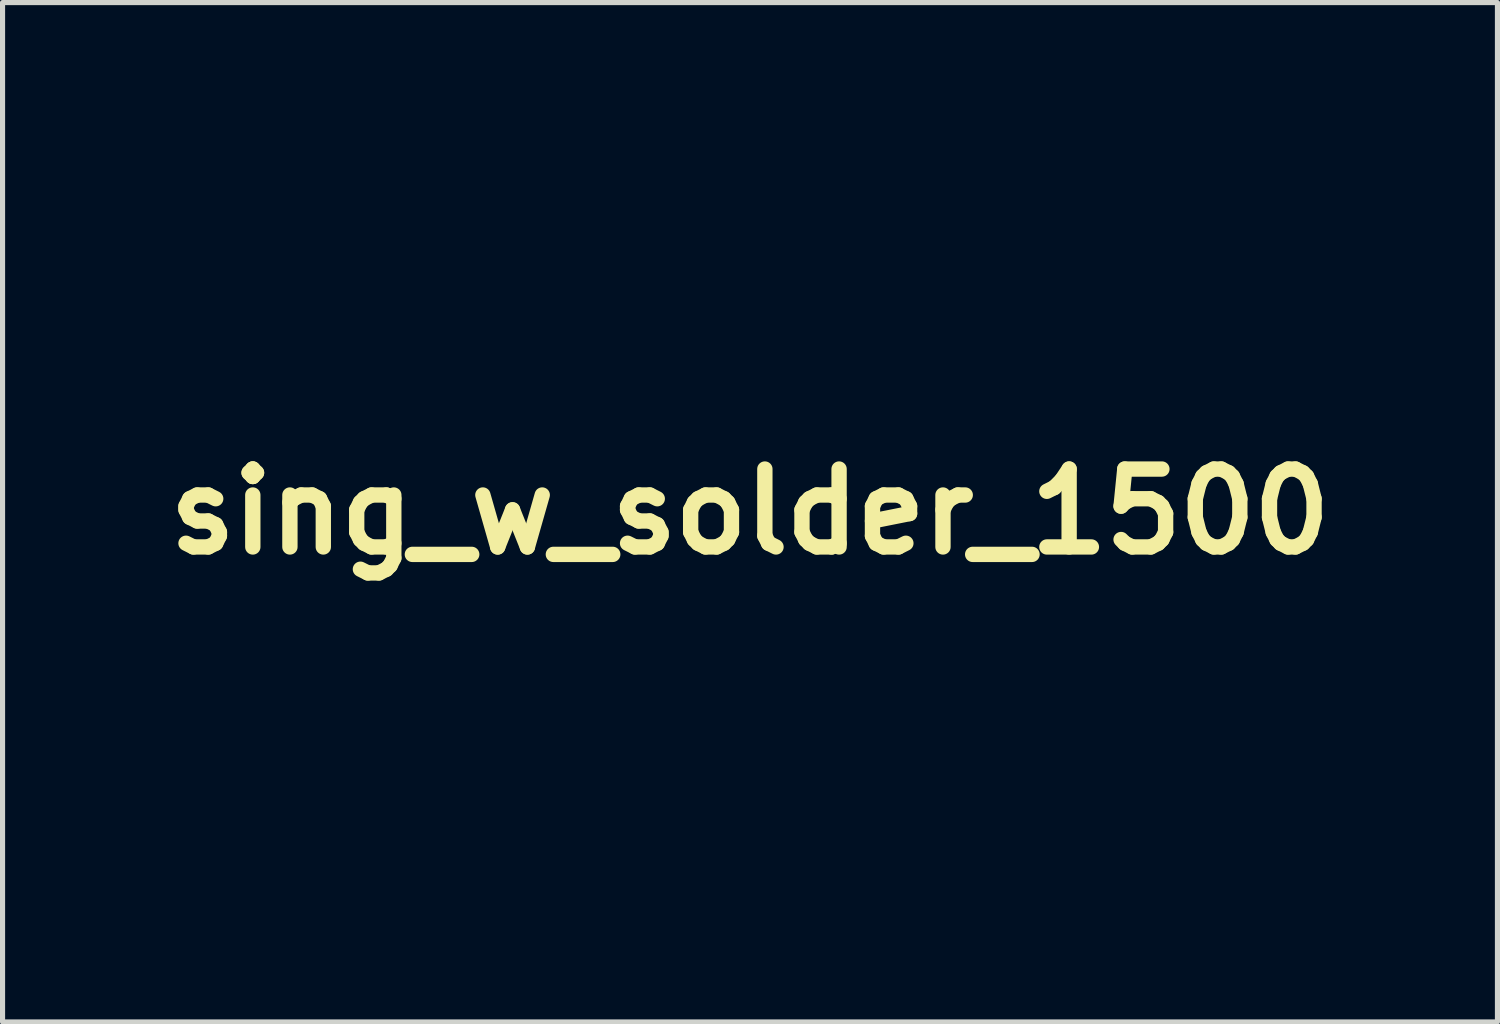
<source format=kicad_pcb>
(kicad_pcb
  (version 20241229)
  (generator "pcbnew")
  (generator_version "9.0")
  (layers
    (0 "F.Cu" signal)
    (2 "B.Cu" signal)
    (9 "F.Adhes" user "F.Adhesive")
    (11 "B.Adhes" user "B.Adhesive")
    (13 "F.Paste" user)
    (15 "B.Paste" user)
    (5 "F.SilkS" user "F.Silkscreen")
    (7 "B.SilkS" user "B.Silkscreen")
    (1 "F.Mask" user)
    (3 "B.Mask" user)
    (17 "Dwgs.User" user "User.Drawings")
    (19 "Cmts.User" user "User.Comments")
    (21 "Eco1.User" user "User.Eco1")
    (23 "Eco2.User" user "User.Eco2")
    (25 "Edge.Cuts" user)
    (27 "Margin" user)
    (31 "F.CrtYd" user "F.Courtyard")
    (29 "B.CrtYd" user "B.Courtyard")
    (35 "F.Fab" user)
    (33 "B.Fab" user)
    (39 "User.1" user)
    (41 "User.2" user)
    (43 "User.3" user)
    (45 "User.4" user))
  (footprint "sing_w_solder_1500"
    (layer "F.Cu")
    (at 11.619 6.958)
    (property "Reference" "sing_w_solder_1500" (at 0 0 0) (layer "F.SilkS") (effects (font (size 1.524 1.524) (thickness 0.3))))
    (attr through_hole)
    (fp_poly (pts (xy 2.799 -6.952) (xy 2.904 -6.92) (xy 2.998 -6.858) (xy 3.075 -6.771) (xy 3.132 -6.662) (xy 3.145 -6.624) (xy 3.156 -6.573) (xy 3.165 -6.499) (xy 3.171 -6.401) (xy 3.174 -6.276) (xy 3.176 -6.123) (xy 3.174 -5.941) (xy 3.171 -5.728) (xy 3.166 -5.537) (xy 3.164 -5.417) (xy 3.164 -5.32) (xy 3.167 -5.248) (xy 3.172 -5.205) (xy 3.175 -5.196) (xy 3.187 -5.18) (xy 3.205 -5.176) (xy 3.239 -5.184) (xy 3.279 -5.198) (xy 3.362 -5.234) (xy 3.471 -5.292) (xy 3.603 -5.371) (xy 3.758 -5.47) (xy 3.935 -5.589) (xy 4.132 -5.728) (xy 4.35 -5.885) (xy 4.476 -5.978) (xy 4.59 -6.062) (xy 4.711 -6.152) (xy 4.832 -6.242) (xy 4.945 -6.325) (xy 5.042 -6.397) (xy 5.078 -6.423) (xy 5.209 -6.52) (xy 5.319 -6.596) (xy 5.409 -6.655) (xy 5.483 -6.698) (xy 5.545 -6.728) (xy 5.597 -6.745) (xy 5.639 -6.753) (xy 5.692 -6.755) (xy 5.727 -6.747) (xy 5.761 -6.721) (xy 5.782 -6.701) (xy 5.807 -6.674) (xy 5.826 -6.647) (xy 5.839 -6.618) (xy 5.844 -6.584) (xy 5.841 -6.542) (xy 5.828 -6.492) (xy 5.806 -6.429) (xy 5.772 -6.353) (xy 5.727 -6.261) (xy 5.669 -6.151) (xy 5.597 -6.02) (xy 5.511 -5.867) (xy 5.409 -5.688) (xy 5.308 -5.511) (xy 5.159 -5.25) (xy 5.028 -5.016) (xy 4.915 -4.808) (xy 4.819 -4.626) (xy 4.739 -4.468) (xy 4.675 -4.334) (xy 4.627 -4.222) (xy 4.595 -4.132) (xy 4.576 -4.062) (xy 4.572 -4.021) (xy 4.573 -4.001) (xy 4.582 -3.988) (xy 4.605 -3.982) (xy 4.649 -3.98) (xy 4.714 -3.979) (xy 4.772 -3.982) (xy 4.856 -3.989) (xy 4.961 -4) (xy 5.078 -4.014) (xy 5.201 -4.03) (xy 5.269 -4.04) (xy 5.484 -4.07) (xy 5.669 -4.09) (xy 5.827 -4.1) (xy 5.96 -4.101) (xy 6.071 -4.093) (xy 6.162 -4.074) (xy 6.236 -4.046) (xy 6.295 -4.007) (xy 6.321 -3.984) (xy 6.372 -3.917) (xy 6.406 -3.844) (xy 6.419 -3.763) (xy 6.413 -3.672) (xy 6.386 -3.568) (xy 6.337 -3.45) (xy 6.267 -3.316) (xy 6.174 -3.165) (xy 6.057 -2.994) (xy 5.925 -2.811) (xy 5.817 -2.665) (xy 5.73 -2.542) (xy 5.662 -2.44) (xy 5.612 -2.357) (xy 5.577 -2.291) (xy 5.557 -2.238) (xy 5.554 -2.226) (xy 5.55 -2.197) (xy 5.553 -2.161) (xy 5.563 -2.113) (xy 5.581 -2.047) (xy 5.61 -1.958) (xy 5.624 -1.917) (xy 5.751 -1.486) (xy 5.845 -1.051) (xy 5.907 -0.613) (xy 5.935 -0.174) (xy 5.932 0.264) (xy 5.896 0.7) (xy 5.828 1.132) (xy 5.728 1.558) (xy 5.597 1.977) (xy 5.434 2.387) (xy 5.24 2.786) (xy 5.086 3.057) (xy 4.842 3.43) (xy 4.572 3.781) (xy 4.278 4.11) (xy 3.961 4.415) (xy 3.623 4.695) (xy 3.265 4.949) (xy 2.889 5.176) (xy 2.496 5.376) (xy 2.087 5.546) (xy 1.663 5.687) (xy 1.499 5.732) (xy 1.23 5.797) (xy 0.974 5.846) (xy 0.721 5.881) (xy 0.462 5.904) (xy 0.185 5.915) (xy 0.025 5.916) (xy -0.164 5.915) (xy -0.329 5.91) (xy -0.48 5.902) (xy -0.626 5.888) (xy -0.777 5.869) (xy -0.943 5.844) (xy -0.959 5.841) (xy -1.046 5.827) (xy -1.108 5.819) (xy -1.151 5.816) (xy -1.184 5.819) (xy -1.214 5.827) (xy -1.238 5.836) (xy -1.353 5.892) (xy -1.475 5.976) (xy -1.606 6.089) (xy -1.718 6.2) (xy -1.864 6.35) (xy -1.99 6.478) (xy -2.097 6.585) (xy -2.19 6.674) (xy -2.269 6.746) (xy -2.337 6.803) (xy -2.398 6.849) (xy -2.453 6.884) (xy -2.505 6.911) (xy -2.556 6.932) (xy -2.595 6.945) (xy -2.678 6.967) (xy -2.743 6.974) (xy -2.804 6.966) (xy -2.849 6.952) (xy -2.954 6.899) (xy -3.038 6.819) (xy -3.101 6.714) (xy -3.129 6.639) (xy -3.14 6.588) (xy -3.148 6.512) (xy -3.154 6.411) (xy -3.158 6.282) (xy -3.158 6.198) (xy -2.819 6.198) (xy -2.819 6.314) (xy -2.817 6.401) (xy -2.814 6.466) (xy -2.808 6.513) (xy -2.8 6.548) (xy -2.79 6.576) (xy -2.769 6.617) (xy -2.749 6.633) (xy -2.72 6.632) (xy -2.714 6.63) (xy -2.671 6.614) (xy -2.618 6.586) (xy -2.599 6.575) (xy -2.54 6.533) (xy -2.477 6.482) (xy -2.406 6.419) (xy -2.326 6.34) (xy -2.231 6.243) (xy -2.118 6.123) (xy -2.104 6.108) (xy -2.024 6.022) (xy -1.945 5.94) (xy -1.872 5.866) (xy -1.81 5.806) (xy -1.766 5.764) (xy -1.759 5.758) (xy -1.663 5.678) (xy -1.81 5.633) (xy -1.922 5.595) (xy -2.054 5.546) (xy -2.198 5.489) (xy -2.342 5.429) (xy -2.478 5.37) (xy -2.596 5.314) (xy -2.62 5.303) (xy -2.689 5.268) (xy -2.746 5.24) (xy -2.784 5.222) (xy -2.798 5.215) (xy -2.8 5.232) (xy -2.802 5.277) (xy -2.805 5.347) (xy -2.808 5.437) (xy -2.81 5.542) (xy -2.813 5.658) (xy -2.815 5.781) (xy -2.817 5.904) (xy -2.818 6.025) (xy -2.819 6.137) (xy -2.819 6.198) (xy -3.158 6.198) (xy -3.159 6.125) (xy -3.157 5.938) (xy -3.153 5.72) (xy -3.149 5.554) (xy -3.147 5.434) (xy -3.147 5.337) (xy -3.15 5.265) (xy -3.155 5.222) (xy -3.158 5.213) (xy -3.17 5.197) (xy -3.189 5.193) (xy -3.222 5.201) (xy -3.262 5.215) (xy -3.345 5.251) (xy -3.454 5.309) (xy -3.586 5.387) (xy -3.741 5.487) (xy -3.918 5.606) (xy -4.115 5.745) (xy -4.333 5.902) (xy -4.459 5.995) (xy -4.573 6.079) (xy -4.694 6.169) (xy -4.815 6.259) (xy -4.928 6.342) (xy -5.025 6.414) (xy -5.061 6.44) (xy -5.193 6.537) (xy -5.302 6.613) (xy -5.392 6.672) (xy -5.466 6.715) (xy -5.528 6.745) (xy -5.58 6.762) (xy -5.623 6.77) (xy -5.675 6.772) (xy -5.71 6.764) (xy -5.744 6.738) (xy -5.765 6.718) (xy -5.79 6.691) (xy -5.809 6.664) (xy -5.822 6.635) (xy -5.827 6.601) (xy -5.824 6.559) (xy -5.811 6.509) (xy -5.789 6.446) (xy -5.755 6.37) (xy -5.71 6.278) (xy -5.652 6.168) (xy -5.644 6.153) (xy -5.259 6.153) (xy -5.251 6.152) (xy -5.233 6.142) (xy -5.2 6.12) (xy -5.152 6.085) (xy -5.084 6.036) (xy -4.995 5.97) (xy -4.882 5.886) (xy -4.834 5.851) (xy -4.612 5.686) (xy -4.414 5.542) (xy -4.238 5.416) (xy -4.082 5.307) (xy -3.945 5.213) (xy -3.823 5.134) (xy -3.715 5.068) (xy -3.619 5.013) (xy -3.533 4.968) (xy -3.498 4.952) (xy -3.435 4.922) (xy -3.387 4.897) (xy -3.358 4.881) (xy -3.354 4.877) (xy -3.366 4.864) (xy -3.4 4.837) (xy -3.447 4.802) (xy -3.449 4.801) (xy -3.544 4.73) (xy -3.655 4.643) (xy -3.774 4.546) (xy -3.891 4.446) (xy -3.999 4.351) (xy -4.063 4.291) (xy -4.121 4.236) (xy -4.171 4.191) (xy -4.206 4.161) (xy -4.222 4.15) (xy -4.222 4.151) (xy -4.23 4.169) (xy -4.244 4.211) (xy -4.263 4.268) (xy -4.265 4.276) (xy -4.29 4.344) (xy -4.329 4.435) (xy -4.378 4.544) (xy -4.435 4.665) (xy -4.497 4.792) (xy -4.561 4.919) (xy -4.624 5.039) (xy -4.66 5.105) (xy -4.696 5.169) (xy -4.744 5.254) (xy -4.8 5.353) (xy -4.863 5.462) (xy -4.928 5.577) (xy -4.994 5.692) (xy -5.058 5.804) (xy -5.117 5.905) (xy -5.168 5.993) (xy -5.208 6.062) (xy -5.235 6.107) (xy -5.237 6.112) (xy -5.249 6.131) (xy -5.257 6.145) (xy -5.259 6.153) (xy -5.644 6.153) (xy -5.58 6.037) (xy -5.494 5.883) (xy -5.392 5.705) (xy -5.291 5.528) (xy -5.142 5.267) (xy -5.011 5.033) (xy -4.898 4.825) (xy -4.802 4.643) (xy -4.722 4.485) (xy -4.658 4.351) (xy -4.61 4.239) (xy -4.578 4.149) (xy -4.559 4.079) (xy -4.555 4.038) (xy -4.557 4.018) (xy -4.565 4.005) (xy -4.588 3.999) (xy -4.632 3.997) (xy -4.697 3.996) (xy -4.755 3.999) (xy -4.84 4.006) (xy -4.944 4.017) (xy -5.061 4.031) (xy -5.184 4.047) (xy -5.252 4.057) (xy -5.467 4.086) (xy -5.653 4.107) (xy -5.81 4.117) (xy -5.943 4.118) (xy -6.054 4.11) (xy -6.145 4.091) (xy -6.219 4.063) (xy -6.278 4.024) (xy -6.304 4) (xy -6.356 3.934) (xy -6.389 3.861) (xy -6.402 3.78) (xy -6.397 3.711) (xy -6.051 3.711) (xy -6.049 3.751) (xy -6.03 3.77) (xy -6.003 3.779) (xy -5.957 3.784) (xy -5.885 3.784) (xy -5.796 3.781) (xy -5.697 3.774) (xy -5.597 3.764) (xy -5.554 3.758) (xy -5.499 3.751) (xy -5.42 3.739) (xy -5.324 3.725) (xy -5.22 3.71) (xy -5.156 3.7) (xy -5.052 3.686) (xy -4.951 3.673) (xy -4.862 3.664) (xy -4.792 3.659) (xy -4.763 3.658) (xy -4.708 3.656) (xy -4.669 3.653) (xy -4.657 3.648) (xy -4.666 3.632) (xy -4.692 3.593) (xy -4.731 3.538) (xy -4.779 3.47) (xy -4.799 3.441) (xy -4.896 3.301) (xy -4.997 3.145) (xy -5.095 2.985) (xy -5.183 2.831) (xy -5.234 2.735) (xy -5.271 2.672) (xy -5.3 2.636) (xy -5.317 2.629) (xy -5.336 2.644) (xy -5.373 2.686) (xy -5.426 2.751) (xy -5.494 2.837) (xy -5.574 2.944) (xy -5.665 3.067) (xy -5.766 3.207) (xy -5.773 3.217) (xy -5.854 3.334) (xy -5.924 3.444) (xy -5.981 3.541) (xy -6.023 3.623) (xy -6.046 3.685) (xy -6.051 3.711) (xy -6.397 3.711) (xy -6.396 3.688) (xy -6.369 3.585) (xy -6.32 3.467) (xy -6.25 3.333) (xy -6.157 3.182) (xy -6.041 3.011) (xy -5.908 2.828) (xy -5.806 2.689) (xy -5.723 2.573) (xy -5.658 2.476) (xy -5.608 2.396) (xy -5.572 2.329) (xy -5.547 2.271) (xy -5.532 2.219) (xy -5.531 2.216) (xy -5.524 2.18) (xy -5.521 2.148) (xy -5.524 2.114) (xy -5.534 2.07) (xy -5.552 2.01) (xy -5.58 1.927) (xy -5.592 1.89) (xy -5.718 1.469) (xy -5.812 1.04) (xy -5.873 0.608) (xy -5.902 0.173) (xy -5.899 -0.263) (xy -5.889 -0.38) (xy -5.041 -0.38) (xy -5.041 -0.191) (xy -5.025 -0.025) (xy -5.013 0.034) (xy -4.939 0.294) (xy -4.834 0.539) (xy -4.701 0.768) (xy -4.539 0.98) (xy -4.35 1.175) (xy -4.133 1.351) (xy -3.892 1.509) (xy -3.625 1.646) (xy -3.333 1.762) (xy -3.268 1.785) (xy -3.075 1.843) (xy -2.881 1.894) (xy -2.678 1.937) (xy -2.462 1.974) (xy -2.225 2.005) (xy -1.964 2.032) (xy -1.837 2.043) (xy -1.713 2.052) (xy -1.562 2.059) (xy -1.389 2.065) (xy -1.199 2.07) (xy -0.996 2.073) (xy -0.785 2.075) (xy -0.57 2.076) (xy -0.356 2.076) (xy -0.148 2.074) (xy 0.051 2.071) (xy 0.235 2.067) (xy 0.4 2.061) (xy 0.541 2.054) (xy 0.654 2.046) (xy 0.677 2.044) (xy 1.057 1.999) (xy 1.403 1.946) (xy 1.717 1.884) (xy 1.999 1.814) (xy 2.248 1.735) (xy 2.465 1.647) (xy 2.525 1.618) (xy 2.678 1.542) (xy 2.598 1.69) (xy 2.429 1.975) (xy 2.233 2.256) (xy 2.019 2.521) (xy 1.814 2.741) (xy 1.578 2.962) (xy 1.338 3.154) (xy 1.087 3.323) (xy 0.818 3.474) (xy 0.737 3.514) (xy 0.474 3.632) (xy 0.216 3.725) (xy -0.048 3.798) (xy -0.333 3.855) (xy -0.341 3.856) (xy -0.437 3.868) (xy -0.559 3.877) (xy -0.701 3.883) (xy -0.856 3.887) (xy -1.017 3.887) (xy -1.176 3.886) (xy -1.327 3.881) (xy -1.463 3.874) (xy -1.577 3.864) (xy -1.634 3.856) (xy -2.049 3.772) (xy -2.455 3.656) (xy -2.851 3.51) (xy -3.233 3.333) (xy -3.599 3.128) (xy -3.948 2.895) (xy -4.163 2.73) (xy -4.227 2.678) (xy -4.273 2.642) (xy -4.302 2.624) (xy -4.312 2.625) (xy -4.305 2.647) (xy -4.278 2.69) (xy -4.233 2.758) (xy -4.169 2.851) (xy -4.137 2.897) (xy -3.993 3.09) (xy -3.827 3.29) (xy -3.646 3.49) (xy -3.457 3.68) (xy -3.269 3.852) (xy -3.15 3.951) (xy -2.968 4.087) (xy -2.763 4.224) (xy -2.544 4.358) (xy -2.319 4.483) (xy -2.096 4.595) (xy -1.883 4.69) (xy -1.77 4.734) (xy -1.375 4.862) (xy -0.969 4.96) (xy -0.558 5.026) (xy -0.288 5.053) (xy -0.205 5.056) (xy -0.096 5.057) (xy 0.03 5.055) (xy 0.165 5.051) (xy 0.301 5.046) (xy 0.43 5.039) (xy 0.544 5.03) (xy 0.634 5.021) (xy 0.635 5.021) (xy 0.984 4.965) (xy 1.315 4.89) (xy 1.636 4.792) (xy 1.955 4.67) (xy 2.278 4.522) (xy 2.524 4.391) (xy 2.77 4.244) (xy 3.003 4.087) (xy 3.183 3.952) (xy 3.257 3.89) (xy 3.348 3.807) (xy 3.451 3.711) (xy 3.559 3.605) (xy 3.668 3.496) (xy 3.772 3.388) (xy 3.865 3.289) (xy 3.943 3.202) (xy 3.986 3.15) (xy 4.131 2.954) (xy 4.276 2.736) (xy 4.415 2.504) (xy 4.544 2.266) (xy 4.659 2.031) (xy 4.753 1.808) (xy 4.774 1.753) (xy 4.857 1.507) (xy 4.928 1.26) (xy 4.986 1.016) (xy 5.03 0.78) (xy 5.06 0.555) (xy 5.075 0.346) (xy 5.075 0.157) (xy 5.058 -0.009) (xy 5.047 -0.068) (xy 4.973 -0.328) (xy 4.868 -0.573) (xy 4.735 -0.802) (xy 4.573 -1.014) (xy 4.383 -1.209) (xy 4.167 -1.385) (xy 3.925 -1.543) (xy 3.658 -1.68) (xy 3.367 -1.796) (xy 3.301 -1.818) (xy 3.109 -1.877) (xy 2.915 -1.928) (xy 2.712 -1.971) (xy 2.496 -2.007) (xy 2.259 -2.039) (xy 1.998 -2.066) (xy 1.871 -2.077) (xy 1.746 -2.086) (xy 1.595 -2.093) (xy 1.423 -2.099) (xy 1.233 -2.104) (xy 1.03 -2.107) (xy 0.819 -2.109) (xy 0.604 -2.11) (xy 0.39 -2.11) (xy 0.182 -2.108) (xy -0.017 -2.105) (xy -0.201 -2.101) (xy -0.366 -2.095) (xy -0.507 -2.088) (xy -0.62 -2.08) (xy -0.643 -2.078) (xy -1.023 -2.033) (xy -1.369 -1.98) (xy -1.683 -1.918) (xy -1.965 -1.848) (xy -2.214 -1.768) (xy -2.431 -1.681) (xy -2.491 -1.652) (xy -2.644 -1.576) (xy -2.564 -1.723) (xy -2.395 -2.009) (xy -2.199 -2.29) (xy -1.985 -2.555) (xy -1.78 -2.775) (xy -1.544 -2.996) (xy -1.304 -3.188) (xy -1.053 -3.356) (xy -0.784 -3.508) (xy -0.703 -3.548) (xy -0.44 -3.666) (xy -0.183 -3.759) (xy 0.082 -3.832) (xy 0.366 -3.888) (xy 0.375 -3.89) (xy 0.47 -3.902) (xy 0.593 -3.911) (xy 0.735 -3.917) (xy 0.89 -3.92) (xy 1.05 -3.921) (xy 1.21 -3.919) (xy 1.361 -3.915) (xy 1.497 -3.908) (xy 1.611 -3.898) (xy 1.668 -3.89) (xy 2.083 -3.806) (xy 2.489 -3.69) (xy 2.885 -3.544) (xy 3.266 -3.367) (xy 3.633 -3.162) (xy 3.981 -2.929) (xy 4.197 -2.764) (xy 4.261 -2.712) (xy 4.307 -2.676) (xy 4.336 -2.658) (xy 4.346 -2.659) (xy 4.339 -2.68) (xy 4.312 -2.724) (xy 4.267 -2.792) (xy 4.203 -2.885) (xy 4.171 -2.931) (xy 4.027 -3.124) (xy 3.861 -3.324) (xy 3.68 -3.523) (xy 3.572 -3.632) (xy 4.708 -3.632) (xy 4.836 -3.454) (xy 4.921 -3.332) (xy 5.014 -3.189) (xy 5.107 -3.038) (xy 5.194 -2.888) (xy 5.269 -2.752) (xy 5.278 -2.734) (xy 5.342 -2.609) (xy 5.378 -2.646) (xy 5.398 -2.671) (xy 5.435 -2.718) (xy 5.485 -2.783) (xy 5.544 -2.862) (xy 5.609 -2.95) (xy 5.631 -2.98) (xy 5.761 -3.16) (xy 5.869 -3.317) (xy 5.955 -3.45) (xy 6.018 -3.558) (xy 6.058 -3.643) (xy 6.075 -3.703) (xy 6.073 -3.732) (xy 6.05 -3.753) (xy 5.996 -3.765) (xy 5.914 -3.769) (xy 5.8 -3.764) (xy 5.656 -3.75) (xy 5.48 -3.728) (xy 5.275 -3.698) (xy 5.168 -3.682) (xy 5.06 -3.667) (xy 4.96 -3.655) (xy 4.88 -3.646) (xy 4.856 -3.644) (xy 4.708 -3.632) (xy 3.572 -3.632) (xy 3.491 -3.713) (xy 3.303 -3.886) (xy 3.183 -3.985) (xy 2.894 -4.197) (xy 2.581 -4.393) (xy 2.249 -4.57) (xy 1.906 -4.724) (xy 1.559 -4.851) (xy 1.481 -4.875) (xy 3.421 -4.875) (xy 3.433 -4.861) (xy 3.468 -4.832) (xy 3.519 -4.791) (xy 3.569 -4.754) (xy 3.653 -4.689) (xy 3.749 -4.611) (xy 3.851 -4.527) (xy 3.951 -4.441) (xy 4.043 -4.359) (xy 4.12 -4.288) (xy 4.165 -4.244) (xy 4.204 -4.205) (xy 4.234 -4.18) (xy 4.248 -4.174) (xy 4.257 -4.193) (xy 4.272 -4.235) (xy 4.288 -4.28) (xy 4.311 -4.34) (xy 4.347 -4.423) (xy 4.393 -4.525) (xy 4.447 -4.638) (xy 4.505 -4.757) (xy 4.565 -4.876) (xy 4.623 -4.988) (xy 4.677 -5.088) (xy 4.713 -5.153) (xy 4.761 -5.237) (xy 4.817 -5.336) (xy 4.88 -5.445) (xy 4.945 -5.56) (xy 5.011 -5.676) (xy 5.075 -5.787) (xy 5.134 -5.888) (xy 5.185 -5.976) (xy 5.225 -6.045) (xy 5.252 -6.09) (xy 5.254 -6.095) (xy 5.266 -6.114) (xy 5.274 -6.128) (xy 5.276 -6.136) (xy 5.268 -6.135) (xy 5.25 -6.125) (xy 5.217 -6.103) (xy 5.168 -6.068) (xy 5.101 -6.019) (xy 5.012 -5.953) (xy 4.899 -5.869) (xy 4.851 -5.834) (xy 4.629 -5.669) (xy 4.431 -5.525) (xy 4.254 -5.398) (xy 4.099 -5.289) (xy 3.961 -5.196) (xy 3.839 -5.116) (xy 3.731 -5.05) (xy 3.635 -4.995) (xy 3.551 -4.951) (xy 3.492 -4.92) (xy 3.447 -4.895) (xy 3.423 -4.878) (xy 3.421 -4.875) (xy 1.481 -4.875) (xy 1.441 -4.887) (xy 1.171 -4.96) (xy 0.909 -5.015) (xy 0.647 -5.053) (xy 0.374 -5.076) (xy 0.082 -5.086) (xy 0.017 -5.086) (xy -0.281 -5.079) (xy -0.557 -5.059) (xy -0.821 -5.024) (xy -1.082 -4.973) (xy -1.35 -4.904) (xy -1.408 -4.887) (xy -1.763 -4.767) (xy -2.115 -4.618) (xy -2.458 -4.444) (xy -2.785 -4.247) (xy -3.09 -4.033) (xy -3.15 -3.986) (xy -3.224 -3.924) (xy -3.315 -3.841) (xy -3.417 -3.745) (xy -3.525 -3.639) (xy -3.634 -3.53) (xy -3.738 -3.422) (xy -3.831 -3.322) (xy -3.909 -3.236) (xy -3.952 -3.183) (xy -4.097 -2.988) (xy -4.242 -2.77) (xy -4.381 -2.538) (xy -4.511 -2.3) (xy -4.625 -2.065) (xy -4.719 -1.842) (xy -4.74 -1.786) (xy -4.823 -1.54) (xy -4.894 -1.294) (xy -4.952 -1.05) (xy -4.996 -0.814) (xy -5.026 -0.589) (xy -5.041 -0.38) (xy -5.889 -0.38) (xy -5.864 -0.697) (xy -5.797 -1.127) (xy -5.699 -1.553) (xy -5.57 -1.971) (xy -5.41 -2.379) (xy -5.22 -2.777) (xy -5.052 -3.074) (xy -4.808 -3.446) (xy -4.539 -3.796) (xy -4.246 -4.124) (xy -3.93 -4.428) (xy -3.594 -4.708) (xy -3.238 -4.961) (xy -2.863 -5.189) (xy -2.473 -5.388) (xy -2.067 -5.559) (xy -1.675 -5.69) (xy 1.746 -5.69) (xy 1.747 -5.682) (xy 1.773 -5.673) (xy 1.822 -5.657) (xy 1.884 -5.636) (xy 1.905 -5.629) (xy 2.011 -5.592) (xy 2.131 -5.546) (xy 2.26 -5.494) (xy 2.392 -5.438) (xy 2.519 -5.382) (xy 2.635 -5.329) (xy 2.734 -5.281) (xy 2.808 -5.241) (xy 2.821 -5.233) (xy 2.821 -5.249) (xy 2.821 -5.291) (xy 2.821 -5.352) (xy 2.821 -5.397) (xy 2.821 -5.461) (xy 2.822 -5.552) (xy 2.824 -5.663) (xy 2.827 -5.786) (xy 2.83 -5.916) (xy 2.833 -6.003) (xy 2.837 -6.139) (xy 2.839 -6.245) (xy 2.84 -6.327) (xy 2.839 -6.389) (xy 2.836 -6.436) (xy 2.831 -6.472) (xy 2.824 -6.502) (xy 2.816 -6.528) (xy 2.796 -6.577) (xy 2.779 -6.602) (xy 2.755 -6.609) (xy 2.736 -6.609) (xy 2.685 -6.595) (xy 2.62 -6.56) (xy 2.542 -6.501) (xy 2.447 -6.418) (xy 2.336 -6.31) (xy 2.252 -6.225) (xy 2.167 -6.136) (xy 2.079 -6.046) (xy 1.995 -5.96) (xy 1.921 -5.885) (xy 1.866 -5.829) (xy 1.805 -5.767) (xy 1.764 -5.72) (xy 1.746 -5.69) (xy -1.675 -5.69) (xy -1.648 -5.7) (xy -1.217 -5.81) (xy -1.067 -5.84) (xy -0.743 -5.89) (xy -0.402 -5.922) (xy -0.053 -5.935) (xy 0.296 -5.93) (xy 0.636 -5.907) (xy 0.96 -5.865) (xy 1.084 -5.843) (xy 1.245 -5.811) (xy 1.326 -5.852) (xy 1.395 -5.889) (xy 1.459 -5.93) (xy 1.524 -5.98) (xy 1.595 -6.043) (xy 1.678 -6.125) (xy 1.735 -6.183) (xy 1.885 -6.337) (xy 2.014 -6.468) (xy 2.123 -6.576) (xy 2.215 -6.665) (xy 2.291 -6.734) (xy 2.352 -6.787) (xy 2.401 -6.824) (xy 2.412 -6.832) (xy 2.512 -6.888) (xy 2.615 -6.929) (xy 2.713 -6.951) (xy 2.795 -6.953) (xy 2.799 -6.952)) (stroke (width 0.01) (type solid)) (fill yes) (layer "F.Mask")))
  (gr_rect
    (start -3 -3)
    (end 26.237 16.937)
    (stroke (width 0.1) (type default))
    (fill no)
    (layer "Edge.Cuts")))
</source>
